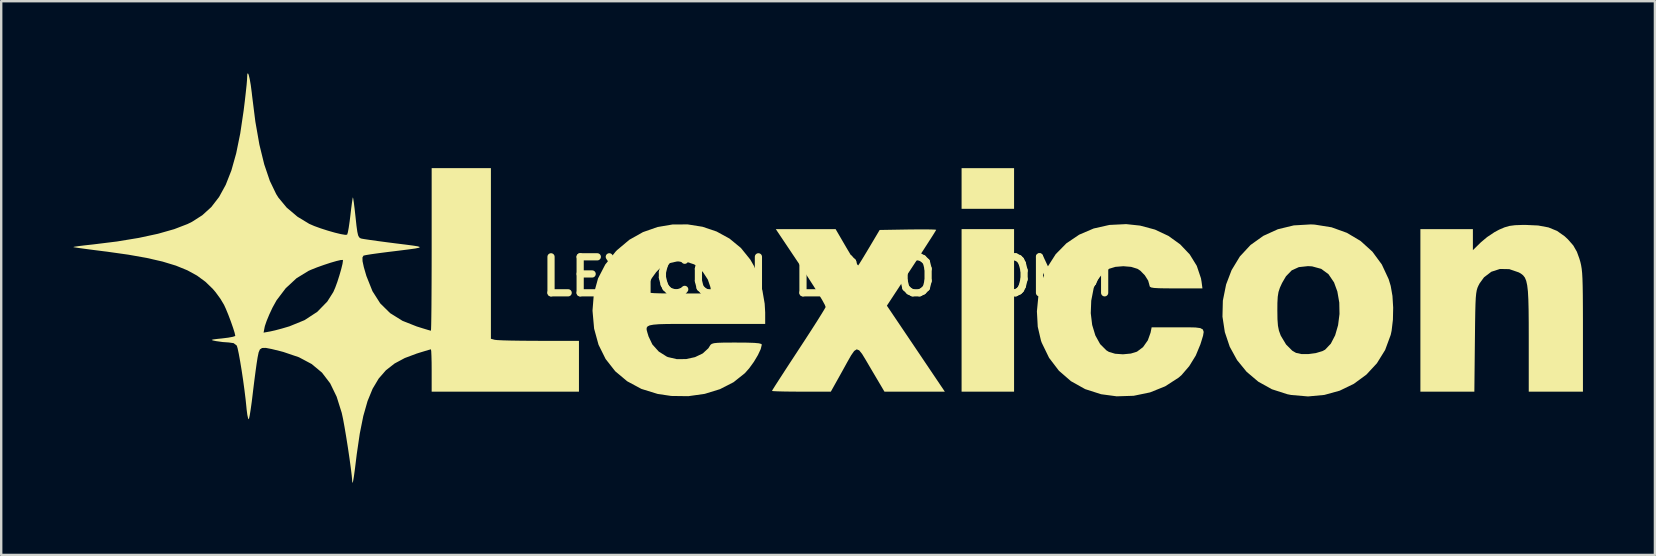
<source format=kicad_pcb>
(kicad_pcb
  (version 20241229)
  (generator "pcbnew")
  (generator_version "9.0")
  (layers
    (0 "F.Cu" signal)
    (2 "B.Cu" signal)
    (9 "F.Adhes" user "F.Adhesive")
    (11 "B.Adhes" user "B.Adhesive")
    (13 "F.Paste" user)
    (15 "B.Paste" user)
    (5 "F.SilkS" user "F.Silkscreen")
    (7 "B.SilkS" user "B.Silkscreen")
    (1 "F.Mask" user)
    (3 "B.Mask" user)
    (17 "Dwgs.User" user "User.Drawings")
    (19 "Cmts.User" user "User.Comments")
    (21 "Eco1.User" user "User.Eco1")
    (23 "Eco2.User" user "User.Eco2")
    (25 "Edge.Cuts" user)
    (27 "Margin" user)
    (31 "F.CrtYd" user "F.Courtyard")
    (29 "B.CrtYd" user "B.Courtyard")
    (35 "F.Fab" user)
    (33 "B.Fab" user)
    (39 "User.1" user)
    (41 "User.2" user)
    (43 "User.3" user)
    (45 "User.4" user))
  (footprint "LEXICON LOGO 60MM"
    (layer "F.Cu")
    (at 31.449 8.474)
    (property "Reference" "LEXICON LOGO 60MM" (at 0 0 0) (layer "F.SilkS") (effects (font (size 1.5 1.5) (thickness 0.3))))
    (attr board_only exclude_from_pos_files exclude_from_bom)
    (fp_poly (pts (xy 7.761 -3.669) (xy 7.761 -2.822) (xy 6.668 -2.822) (xy 5.574 -2.822) (xy 5.574 -3.669) (xy 5.574 -4.516) (xy 6.668 -4.516) (xy 7.761 -4.516)) (stroke (width 0) (type solid)) (fill yes) (layer "F.SilkS"))
    (fp_poly (pts (xy 7.761 1.411) (xy 7.761 4.798) (xy 6.668 4.798) (xy 5.574 4.798) (xy 5.574 1.411) (xy 5.574 -1.976) (xy 6.668 -1.976) (xy 7.761 -1.976)) (stroke (width 0) (type solid)) (fill yes) (layer "F.SilkS"))
    (fp_poly (pts (xy 29.601 -2.127) (xy 30.031 -2.047) (xy 30.389 -1.901) (xy 30.706 -1.677) (xy 30.841 -1.551) (xy 31.064 -1.297) (xy 31.216 -1.032) (xy 31.321 -0.742) (xy 31.36 -0.609) (xy 31.391 -0.475) (xy 31.416 -0.325) (xy 31.435 -0.141) (xy 31.448 0.092) (xy 31.457 0.391) (xy 31.463 0.772) (xy 31.466 1.252) (xy 31.468 1.847) (xy 31.468 2.265) (xy 31.468 4.798) (xy 30.339 4.798) (xy 29.21 4.798) (xy 29.21 2.608) (xy 29.209 1.936) (xy 29.204 1.39) (xy 29.193 0.956) (xy 29.175 0.619) (xy 29.145 0.365) (xy 29.104 0.178) (xy 29.048 0.044) (xy 28.974 -0.051) (xy 28.882 -0.123) (xy 28.793 -0.173) (xy 28.398 -0.308) (xy 28.009 -0.315) (xy 27.651 -0.199) (xy 27.346 0.032) (xy 27.164 0.282) (xy 27.114 0.376) (xy 27.074 0.466) (xy 27.043 0.57) (xy 27.02 0.705) (xy 27.002 0.888) (xy 26.99 1.137) (xy 26.981 1.468) (xy 26.974 1.899) (xy 26.968 2.448) (xy 26.965 2.699) (xy 26.943 4.798) (xy 25.819 4.798) (xy 24.694 4.798) (xy 24.694 1.411) (xy 24.694 -1.976) (xy 25.788 -1.976) (xy 26.882 -1.976) (xy 26.882 -1.537) (xy 26.882 -1.099) (xy 27.217 -1.428) (xy 27.476 -1.645) (xy 27.783 -1.85) (xy 27.975 -1.953) (xy 28.202 -2.05) (xy 28.407 -2.109) (xy 28.637 -2.139) (xy 28.943 -2.15) (xy 29.069 -2.151)) (stroke (width 0) (type solid)) (fill yes) (layer "F.SilkS"))
    (fp_poly (pts (xy 0.775 -1.201) (xy 0.947 -0.913) (xy 1.096 -0.68) (xy 1.206 -0.522) (xy 1.263 -0.463) (xy 1.266 -0.464) (xy 1.315 -0.536) (xy 1.421 -0.705) (xy 1.566 -0.944) (xy 1.732 -1.221) (xy 2.159 -1.94) (xy 3.337 -1.96) (xy 3.727 -1.964) (xy 4.063 -1.965) (xy 4.32 -1.961) (xy 4.478 -1.954) (xy 4.516 -1.946) (xy 4.478 -1.881) (xy 4.374 -1.713) (xy 4.211 -1.46) (xy 4.002 -1.135) (xy 3.755 -0.756) (xy 3.488 -0.349) (xy 2.461 1.215) (xy 3.669 3.006) (xy 4.876 4.798) (xy 3.618 4.798) (xy 2.36 4.798) (xy 1.798 3.848) (xy 1.586 3.486) (xy 1.429 3.228) (xy 1.308 3.077) (xy 1.204 3.034) (xy 1.098 3.102) (xy 0.971 3.283) (xy 0.804 3.577) (xy 0.588 3.969) (xy 0.125 4.798) (xy -1.102 4.798) (xy -1.5 4.796) (xy -1.844 4.791) (xy -2.112 4.784) (xy -2.28 4.775) (xy -2.328 4.767) (xy -2.291 4.702) (xy -2.186 4.535) (xy -2.022 4.28) (xy -1.81 3.953) (xy -1.56 3.569) (xy -1.28 3.142) (xy -1.224 3.056) (xy -0.938 2.619) (xy -0.677 2.216) (xy -0.452 1.865) (xy -0.274 1.58) (xy -0.151 1.379) (xy -0.094 1.276) (xy -0.092 1.27) (xy -0.123 1.185) (xy -0.223 1.001) (xy -0.383 0.732) (xy -0.593 0.397) (xy -0.842 0.01) (xy -1.117 -0.406) (xy -2.169 -1.976) (xy -0.923 -1.976) (xy 0.324 -1.976)) (stroke (width 0) (type solid)) (fill yes) (layer "F.SilkS"))
    (fp_poly (pts (xy 20.289 -2.164) (xy 20.991 -2.052) (xy 21.634 -1.82) (xy 22.206 -1.478) (xy 22.694 -1.036) (xy 23.086 -0.503) (xy 23.372 0.111) (xy 23.457 0.391) (xy 23.53 0.807) (xy 23.56 1.297) (xy 23.549 1.801) (xy 23.495 2.258) (xy 23.457 2.432) (xy 23.225 3.061) (xy 22.881 3.616) (xy 22.442 4.089) (xy 21.92 4.472) (xy 21.332 4.757) (xy 20.691 4.934) (xy 20.011 4.997) (xy 19.308 4.936) (xy 19.15 4.905) (xy 18.507 4.698) (xy 17.939 4.382) (xy 17.453 3.971) (xy 17.053 3.481) (xy 16.748 2.924) (xy 16.544 2.316) (xy 16.446 1.672) (xy 16.452 1.411) (xy 18.733 1.411) (xy 18.738 1.781) (xy 18.758 2.049) (xy 18.799 2.255) (xy 18.866 2.439) (xy 18.882 2.476) (xy 19.097 2.833) (xy 19.355 3.091) (xy 19.509 3.181) (xy 19.735 3.231) (xy 20.033 3.231) (xy 20.344 3.188) (xy 20.612 3.108) (xy 20.723 3.049) (xy 20.96 2.8) (xy 21.142 2.449) (xy 21.264 2.027) (xy 21.323 1.562) (xy 21.314 1.085) (xy 21.234 0.625) (xy 21.096 0.246) (xy 20.864 -0.097) (xy 20.56 -0.32) (xy 20.179 -0.424) (xy 20.008 -0.433) (xy 19.628 -0.392) (xy 19.332 -0.257) (xy 19.093 -0.011) (xy 18.93 0.268) (xy 18.839 0.467) (xy 18.781 0.644) (xy 18.749 0.842) (xy 18.735 1.102) (xy 18.733 1.411) (xy 16.452 1.411) (xy 16.462 1.005) (xy 16.598 0.33) (xy 16.826 -0.267) (xy 17.171 -0.836) (xy 17.616 -1.315) (xy 18.148 -1.695) (xy 18.753 -1.97) (xy 19.417 -2.131) (xy 20.127 -2.172)) (stroke (width 0) (type solid)) (fill yes) (layer "F.SilkS"))
    (fp_poly (pts (xy 13.014 -2.122) (xy 13.634 -1.956) (xy 14.195 -1.692) (xy 14.682 -1.342) (xy 15.081 -0.922) (xy 15.375 -0.446) (xy 15.55 0.074) (xy 15.575 0.22) (xy 15.611 0.494) (xy 14.508 0.494) (xy 14.09 0.493) (xy 13.793 0.487) (xy 13.596 0.476) (xy 13.479 0.456) (xy 13.422 0.425) (xy 13.406 0.381) (xy 13.405 0.37) (xy 13.35 0.171) (xy 13.211 -0.05) (xy 13.024 -0.242) (xy 12.904 -0.321) (xy 12.64 -0.403) (xy 12.312 -0.43) (xy 11.984 -0.403) (xy 11.722 -0.323) (xy 11.44 -0.111) (xy 11.208 0.187) (xy 11.08 0.478) (xy 10.977 1.007) (xy 10.957 1.527) (xy 11.016 2.017) (xy 11.148 2.454) (xy 11.347 2.815) (xy 11.608 3.076) (xy 11.712 3.14) (xy 11.972 3.218) (xy 12.298 3.241) (xy 12.628 3.21) (xy 12.882 3.132) (xy 13.135 2.943) (xy 13.335 2.659) (xy 13.45 2.338) (xy 13.494 2.117) (xy 14.579 2.117) (xy 15.012 2.116) (xy 15.32 2.123) (xy 15.521 2.149) (xy 15.629 2.207) (xy 15.663 2.308) (xy 15.637 2.467) (xy 15.568 2.693) (xy 15.526 2.827) (xy 15.333 3.293) (xy 15.06 3.736) (xy 14.742 4.105) (xy 14.619 4.213) (xy 14.059 4.575) (xy 13.427 4.829) (xy 12.745 4.97) (xy 12.038 4.992) (xy 11.388 4.905) (xy 10.723 4.692) (xy 10.133 4.362) (xy 9.63 3.926) (xy 9.22 3.389) (xy 8.915 2.761) (xy 8.883 2.673) (xy 8.748 2.093) (xy 8.713 1.453) (xy 8.776 0.792) (xy 8.932 0.146) (xy 9.149 -0.388) (xy 9.496 -0.931) (xy 9.943 -1.385) (xy 10.475 -1.744) (xy 11.078 -2.002) (xy 11.735 -2.15) (xy 12.433 -2.184)) (stroke (width 0) (type solid)) (fill yes) (layer "F.SilkS"))
    (fp_poly (pts (xy -5.222 -2.074) (xy -4.636 -1.876) (xy -4.097 -1.581) (xy -3.623 -1.191) (xy -3.232 -0.707) (xy -3.072 -0.428) (xy -2.877 0.044) (xy -2.726 0.586) (xy -2.632 1.131) (xy -2.611 1.493) (xy -2.611 1.976) (xy -5.08 1.976) (xy -5.748 1.975) (xy -6.289 1.975) (xy -6.713 1.978) (xy -7.035 1.987) (xy -7.267 2.006) (xy -7.422 2.035) (xy -7.512 2.079) (xy -7.551 2.14) (xy -7.551 2.221) (xy -7.524 2.324) (xy -7.485 2.452) (xy -7.475 2.489) (xy -7.313 2.83) (xy -7.047 3.126) (xy -6.714 3.336) (xy -6.664 3.357) (xy -6.294 3.443) (xy -5.906 3.44) (xy -5.535 3.359) (xy -5.215 3.206) (xy -4.981 2.992) (xy -4.93 2.911) (xy -4.891 2.849) (xy -4.836 2.806) (xy -4.742 2.778) (xy -4.586 2.762) (xy -4.346 2.754) (xy -3.997 2.752) (xy -3.798 2.752) (xy -3.369 2.755) (xy -3.065 2.765) (xy -2.872 2.783) (xy -2.773 2.811) (xy -2.752 2.84) (xy -2.797 3.024) (xy -2.915 3.275) (xy -3.082 3.555) (xy -3.278 3.826) (xy -3.455 4.026) (xy -3.929 4.404) (xy -4.495 4.694) (xy -5.131 4.89) (xy -5.815 4.986) (xy -6.524 4.977) (xy -7.091 4.893) (xy -7.77 4.683) (xy -8.362 4.365) (xy -8.861 3.947) (xy -9.261 3.437) (xy -9.556 2.843) (xy -9.74 2.172) (xy -9.806 1.433) (xy -9.806 1.408) (xy -9.75 0.708) (xy -9.715 0.582) (xy -7.547 0.582) (xy -7.538 0.625) (xy -7.497 0.657) (xy -7.404 0.679) (xy -7.243 0.693) (xy -6.994 0.701) (xy -6.639 0.705) (xy -6.2 0.706) (xy -4.85 0.706) (xy -4.893 0.442) (xy -5.001 0.127) (xy -5.203 -0.183) (xy -5.459 -0.434) (xy -5.574 -0.508) (xy -5.902 -0.616) (xy -6.277 -0.629) (xy -6.645 -0.55) (xy -6.953 -0.386) (xy -6.962 -0.379) (xy -7.153 -0.185) (xy -7.333 0.064) (xy -7.472 0.32) (xy -7.544 0.539) (xy -7.547 0.582) (xy -9.715 0.582) (xy -9.576 0.078) (xy -9.276 -0.5) (xy -8.844 -1.039) (xy -8.782 -1.103) (xy -8.271 -1.532) (xy -7.704 -1.851) (xy -7.098 -2.063) (xy -6.471 -2.169) (xy -5.84 -2.172)) (stroke (width 0) (type solid)) (fill yes) (layer "F.SilkS"))
    (fp_poly (pts (xy -24.134 -8.401) (xy -24.093 -8.232) (xy -24.049 -7.98) (xy -24.007 -7.66) (xy -23.996 -7.557) (xy -23.858 -6.459) (xy -23.689 -5.497) (xy -23.487 -4.673) (xy -23.254 -3.986) (xy -22.99 -3.437) (xy -22.9 -3.293) (xy -22.552 -2.873) (xy -22.101 -2.492) (xy -21.613 -2.196) (xy -21.401 -2.104) (xy -21.13 -2.006) (xy -20.834 -1.911) (xy -20.543 -1.828) (xy -20.291 -1.767) (xy -20.11 -1.737) (xy -20.033 -1.745) (xy -20.004 -1.834) (xy -19.967 -2.031) (xy -19.927 -2.305) (xy -19.898 -2.54) (xy -19.862 -2.846) (xy -19.829 -3.095) (xy -19.804 -3.256) (xy -19.793 -3.302) (xy -19.778 -3.245) (xy -19.752 -3.074) (xy -19.72 -2.814) (xy -19.684 -2.492) (xy -19.682 -2.472) (xy -19.643 -2.112) (xy -19.609 -1.869) (xy -19.575 -1.717) (xy -19.532 -1.634) (xy -19.475 -1.593) (xy -19.434 -1.58) (xy -19.314 -1.559) (xy -19.08 -1.524) (xy -18.758 -1.479) (xy -18.374 -1.428) (xy -18.016 -1.382) (xy -17.595 -1.33) (xy -17.283 -1.289) (xy -17.084 -1.257) (xy -17.001 -1.229) (xy -17.038 -1.2) (xy -17.2 -1.167) (xy -17.491 -1.127) (xy -17.914 -1.074) (xy -18.38 -1.017) (xy -18.726 -0.972) (xy -19.02 -0.931) (xy -19.236 -0.896) (xy -19.344 -0.873) (xy -19.35 -0.871) (xy -19.394 -0.796) (xy -19.391 -0.642) (xy -19.338 -0.394) (xy -19.233 -0.033) (xy -19.225 -0.01) (xy -18.977 0.611) (xy -18.653 1.119) (xy -18.24 1.526) (xy -17.726 1.846) (xy -17.131 2.081) (xy -16.872 2.162) (xy -16.668 2.224) (xy -16.554 2.256) (xy -16.542 2.258) (xy -16.535 2.189) (xy -16.529 1.994) (xy -16.524 1.684) (xy -16.519 1.274) (xy -16.516 0.778) (xy -16.513 0.209) (xy -16.511 -0.42) (xy -16.51 -1.094) (xy -16.51 -1.129) (xy -16.51 -4.516) (xy -15.275 -4.516) (xy -14.041 -4.516) (xy -14.041 -0.961) (xy -14.041 2.594) (xy -13.882 2.637) (xy -13.768 2.649) (xy -13.535 2.66) (xy -13.205 2.669) (xy -12.8 2.675) (xy -12.341 2.679) (xy -12.047 2.68) (xy -10.372 2.681) (xy -10.372 3.739) (xy -10.372 4.798) (xy -13.441 4.798) (xy -16.51 4.798) (xy -16.51 3.916) (xy -16.512 3.582) (xy -16.519 3.306) (xy -16.528 3.114) (xy -16.54 3.035) (xy -16.542 3.034) (xy -16.619 3.054) (xy -16.797 3.107) (xy -17.043 3.182) (xy -17.137 3.212) (xy -17.631 3.397) (xy -18.054 3.624) (xy -18.415 3.905) (xy -18.718 4.253) (xy -18.972 4.678) (xy -19.183 5.194) (xy -19.359 5.813) (xy -19.506 6.546) (xy -19.632 7.405) (xy -19.65 7.549) (xy -19.706 8.005) (xy -19.75 8.328) (xy -19.783 8.524) (xy -19.805 8.602) (xy -19.818 8.567) (xy -19.821 8.528) (xy -19.84 8.3) (xy -19.881 7.968) (xy -19.936 7.566) (xy -20.001 7.127) (xy -20.071 6.686) (xy -20.14 6.277) (xy -20.203 5.934) (xy -20.255 5.692) (xy -20.258 5.68) (xy -20.47 5.006) (xy -20.739 4.452) (xy -21.081 4.004) (xy -21.511 3.646) (xy -22.041 3.364) (xy -22.688 3.144) (xy -22.828 3.107) (xy -23.182 3.02) (xy -23.423 2.974) (xy -23.577 2.978) (xy -23.668 3.038) (xy -23.721 3.161) (xy -23.761 3.357) (xy -23.767 3.391) (xy -23.803 3.62) (xy -23.849 3.95) (xy -23.9 4.34) (xy -23.951 4.751) (xy -23.963 4.855) (xy -24.008 5.224) (xy -24.053 5.543) (xy -24.092 5.786) (xy -24.123 5.926) (xy -24.132 5.948) (xy -24.16 5.911) (xy -24.192 5.763) (xy -24.222 5.532) (xy -24.229 5.454) (xy -24.264 5.116) (xy -24.312 4.727) (xy -24.368 4.315) (xy -24.429 3.909) (xy -24.491 3.534) (xy -24.548 3.219) (xy -24.597 2.99) (xy -24.632 2.877) (xy -24.763 2.776) (xy -24.962 2.748) (xy -25.216 2.73) (xy -25.483 2.693) (xy -25.506 2.689) (xy -25.637 2.661) (xy -25.676 2.64) (xy -25.61 2.621) (xy -25.426 2.598) (xy -25.241 2.579) (xy -24.984 2.547) (xy -24.792 2.511) (xy -24.698 2.479) (xy -24.694 2.473) (xy -24.72 2.351) (xy -24.723 2.338) (xy -23.515 2.338) (xy -23.24 2.289) (xy -23.035 2.243) (xy -22.755 2.169) (xy -22.457 2.081) (xy -22.437 2.075) (xy -21.806 1.817) (xy -21.277 1.471) (xy -20.858 1.041) (xy -20.608 0.645) (xy -20.529 0.464) (xy -20.44 0.221) (xy -20.354 -0.049) (xy -20.279 -0.31) (xy -20.226 -0.526) (xy -20.206 -0.663) (xy -20.211 -0.691) (xy -20.294 -0.689) (xy -20.475 -0.647) (xy -20.724 -0.575) (xy -21.006 -0.482) (xy -21.29 -0.381) (xy -21.542 -0.28) (xy -21.646 -0.233) (xy -22.143 0.072) (xy -22.594 0.49) (xy -22.975 0.993) (xy -23.143 1.296) (xy -23.277 1.583) (xy -23.388 1.852) (xy -23.458 2.056) (xy -23.47 2.104) (xy -23.515 2.338) (xy -24.723 2.338) (xy -24.786 2.138) (xy -24.879 1.872) (xy -24.984 1.594) (xy -25.089 1.34) (xy -25.164 1.177) (xy -25.316 0.924) (xy -25.514 0.653) (xy -25.634 0.512) (xy -25.939 0.218) (xy -26.287 -0.038) (xy -26.692 -0.26) (xy -27.168 -0.454) (xy -27.727 -0.624) (xy -28.384 -0.775) (xy -29.153 -0.911) (xy -30.046 -1.037) (xy -30.232 -1.06) (xy -30.625 -1.11) (xy -30.967 -1.155) (xy -31.234 -1.192) (xy -31.401 -1.218) (xy -31.449 -1.228) (xy -31.392 -1.243) (xy -31.22 -1.268) (xy -30.961 -1.3) (xy -30.641 -1.335) (xy -30.639 -1.335) (xy -29.626 -1.46) (xy -28.715 -1.61) (xy -27.916 -1.782) (xy -27.237 -1.975) (xy -26.686 -2.187) (xy -26.499 -2.279) (xy -26.069 -2.554) (xy -25.694 -2.895) (xy -25.371 -3.313) (xy -25.093 -3.819) (xy -24.856 -4.422) (xy -24.656 -5.133) (xy -24.487 -5.963) (xy -24.347 -6.904) (xy -24.297 -7.308) (xy -24.255 -7.679) (xy -24.222 -7.986) (xy -24.204 -8.201) (xy -24.201 -8.273) (xy -24.192 -8.437) (xy -24.168 -8.474)) (stroke (width 0) (type solid)) (fill yes) (layer "F.SilkS")))
  (gr_rect
    (start -3 -3)
    (end 65.917 20.076)
    (stroke (width 0.1) (type default))
    (fill no)
    (layer "Edge.Cuts")))
</source>
